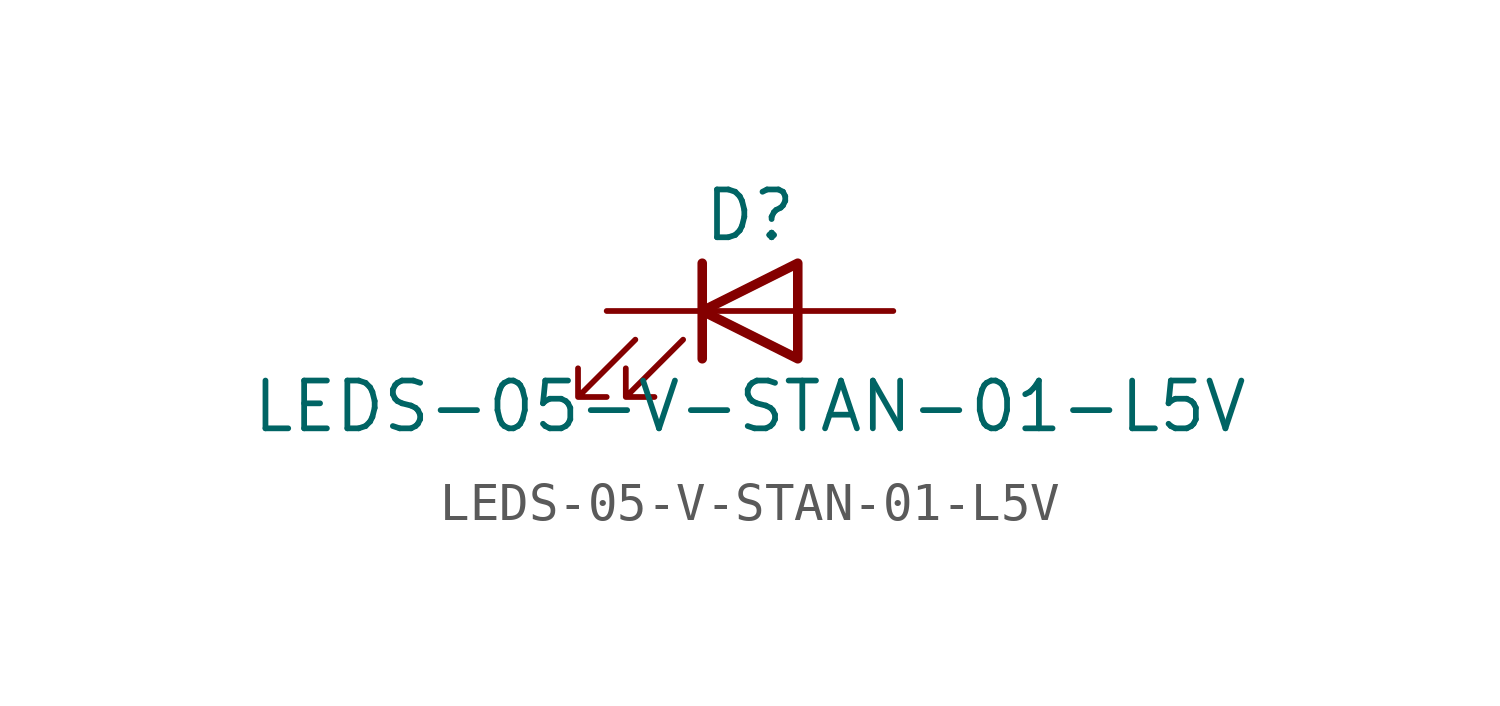
<source format=kicad_sym>
(kicad_symbol_lib
  (version 20211014)
  (generator kicad_symbol_editor)
  (symbol "LEDS-05-V-STAN-01-L5V"
    (pin_numbers hide)
    (pin_names
      (offset 1.016) hide)
    (property "Reference" "D"
      (at 0 2.54 0)
      (effects (font (size 1.27 1.27))))
    (property "Value" "LEDS-05-V-STAN-01-L5V"
      (at 0 -2.54 0)
      (effects (font (size 1.27 1.27))))
    (symbol "LEDS-05-V-STAN-01-L5V_0_1"
      (polyline (pts (xy -1.27 -1.27) (xy -1.27 1.27)) (stroke (width 0.254) (type default) (color 0 0 0 0)) (fill (type none)))
      (polyline (pts (xy -1.27 0) (xy 1.27 0)) (stroke (width 0) (type default) (color 0 0 0 0)) (fill (type none)))
      (polyline (pts (xy 1.27 -1.27) (xy 1.27 1.27) (xy -1.27 0) (xy 1.27 -1.27)) (stroke (width 0.254) (type default) (color 0 0 0 0)) (fill (type none)))
      (polyline (pts (xy -3.048 -0.762) (xy -4.572 -2.286) (xy -3.81 -2.286) (xy -4.572 -2.286) (xy -4.572 -1.524)) (stroke (width 0) (type default) (color 0 0 0 0)) (fill (type none)))
      (polyline (pts (xy -1.778 -0.762) (xy -3.302 -2.286) (xy -2.54 -2.286) (xy -3.302 -2.286) (xy -3.302 -1.524)) (stroke (width 0) (type default) (color 0 0 0 0)) (fill (type none))))
    (symbol "LEDS-05-V-STAN-01-L5V_1_1"
      (pin passive line (at -3.81 0 0) (length 2.54) (name "K" (effects (font (size 1.27 1.27)))) (number "1" (effects (font (size 1.27 1.27)))))
      (pin passive line (at 3.81 0 180) (length 2.54) (name "A" (effects (font (size 1.27 1.27)))) (number "2" (effects (font (size 1.27 1.27))))))))
</source>
